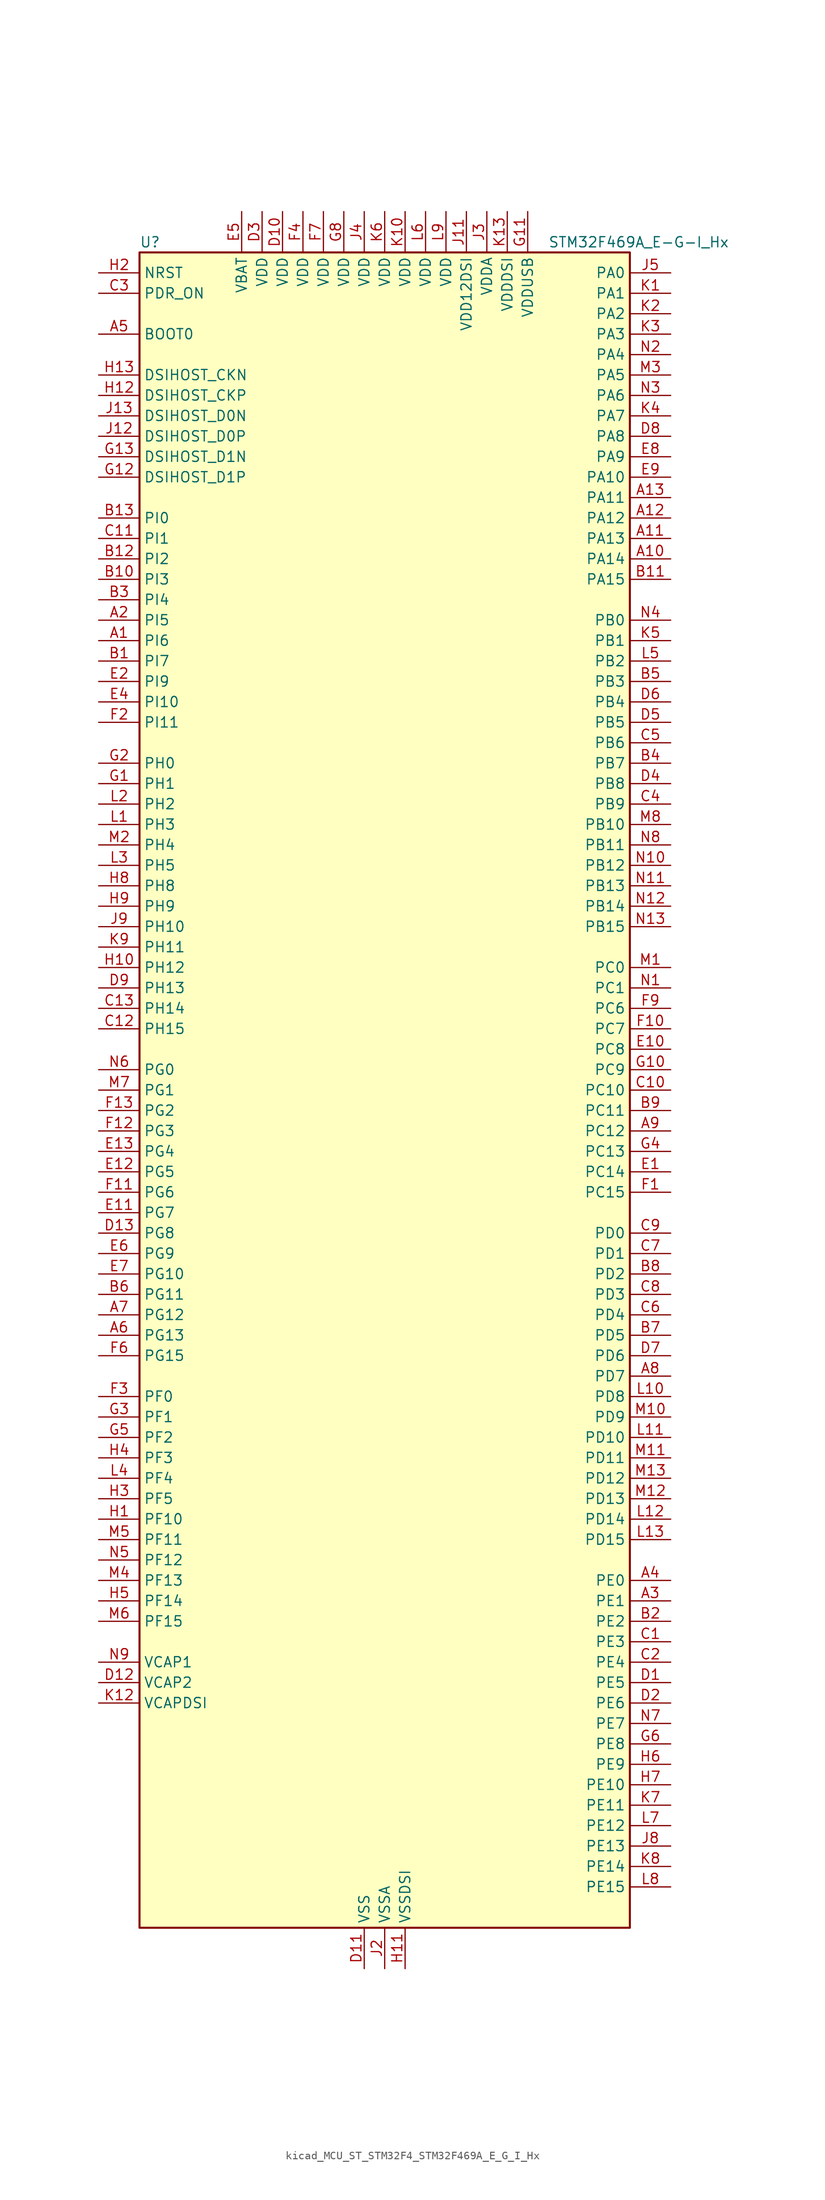
<source format=kicad_sym>
(kicad_symbol_lib
  (version 20220914)
  (generator kicad_symbol_editor)
  (symbol "kicad_MCU_ST_STM32F4_STM32F469A_E_G_I_Hx"
    (property "Reference" "U"
      (at -30.48 105.41 0)
      (effects (font (size 1.27 1.27)) (justify left)))
    (property "Value" "STM32F469A_E-G-I_Hx"
      (at 20.32 105.41 0)
      (effects (font (size 1.27 1.27)) (justify left)))
    (property "ki_locked" ""
      (at 0 0 0)
      (effects (font (size 1.27 1.27))))
    (symbol "kicad_MCU_ST_STM32F4_STM32F469A_E_G_I_Hx_0_1"
      (rectangle (start -30.48 -104.14) (end 30.48 104.14) (stroke (width 0.254) (type default)) (fill (type background))))
    (symbol "kicad_MCU_ST_STM32F4_STM32F469A_E_G_I_Hx_1_1"
      (pin bidirectional line (at -35.56 55.88 0) (length 5.08) (name "PI6" (effects (font (size 1.27 1.27)))) (number "A1" (effects (font (size 1.27 1.27)))) (alternate "DCMI_D6" bidirectional line) (alternate "FMC_D28" bidirectional line) (alternate "LTDC_B6" bidirectional line) (alternate "TIM8_CH2" bidirectional line))
      (pin bidirectional line (at 35.56 66.04 180) (length 5.08) (name "PA14" (effects (font (size 1.27 1.27)))) (number "A10" (effects (font (size 1.27 1.27)))) (alternate "SYS_JTCK-SWCLK" bidirectional line))
      (pin bidirectional line (at 35.56 68.58 180) (length 5.08) (name "PA13" (effects (font (size 1.27 1.27)))) (number "A11" (effects (font (size 1.27 1.27)))) (alternate "SYS_JTMS-SWDIO" bidirectional line))
      (pin bidirectional line (at 35.56 71.12 180) (length 5.08) (name "PA12" (effects (font (size 1.27 1.27)))) (number "A12" (effects (font (size 1.27 1.27)))) (alternate "CAN1_TX" bidirectional line) (alternate "LTDC_R5" bidirectional line) (alternate "TIM1_ETR" bidirectional line) (alternate "USART1_RTS" bidirectional line) (alternate "USB_OTG_FS_DP" bidirectional line))
      (pin bidirectional line (at 35.56 73.66 180) (length 5.08) (name "PA11" (effects (font (size 1.27 1.27)))) (number "A13" (effects (font (size 1.27 1.27)))) (alternate "ADC1_EXTI11" bidirectional line) (alternate "ADC2_EXTI11" bidirectional line) (alternate "ADC3_EXTI11" bidirectional line) (alternate "CAN1_RX" bidirectional line) (alternate "LTDC_R4" bidirectional line) (alternate "TIM1_CH4" bidirectional line) (alternate "USART1_CTS" bidirectional line) (alternate "USB_OTG_FS_DM" bidirectional line))
      (pin bidirectional line (at -35.56 58.42 0) (length 5.08) (name "PI5" (effects (font (size 1.27 1.27)))) (number "A2" (effects (font (size 1.27 1.27)))) (alternate "DCMI_VSYNC" bidirectional line) (alternate "FMC_NBL3" bidirectional line) (alternate "LTDC_B5" bidirectional line) (alternate "TIM8_CH1" bidirectional line))
      (pin bidirectional line (at 35.56 -63.5 180) (length 5.08) (name "PE1" (effects (font (size 1.27 1.27)))) (number "A3" (effects (font (size 1.27 1.27)))) (alternate "DCMI_D3" bidirectional line) (alternate "FMC_NBL1" bidirectional line) (alternate "UART8_TX" bidirectional line))
      (pin bidirectional line (at 35.56 -60.96 180) (length 5.08) (name "PE0" (effects (font (size 1.27 1.27)))) (number "A4" (effects (font (size 1.27 1.27)))) (alternate "DCMI_D2" bidirectional line) (alternate "FMC_NBL0" bidirectional line) (alternate "TIM4_ETR" bidirectional line) (alternate "UART8_RX" bidirectional line))
      (pin input line (at -35.56 93.98 0) (length 5.08) (name "BOOT0" (effects (font (size 1.27 1.27)))) (number "A5" (effects (font (size 1.27 1.27)))))
      (pin bidirectional line (at -35.56 -30.48 0) (length 5.08) (name "PG13" (effects (font (size 1.27 1.27)))) (number "A6" (effects (font (size 1.27 1.27)))) (alternate "FMC_A24" bidirectional line) (alternate "LTDC_R0" bidirectional line) (alternate "SPI6_SCK" bidirectional line) (alternate "SYS_TRACED0" bidirectional line) (alternate "USART6_CTS" bidirectional line))
      (pin bidirectional line (at -35.56 -27.94 0) (length 5.08) (name "PG12" (effects (font (size 1.27 1.27)))) (number "A7" (effects (font (size 1.27 1.27)))) (alternate "FMC_NE4" bidirectional line) (alternate "LTDC_B1" bidirectional line) (alternate "LTDC_B4" bidirectional line) (alternate "SPI6_MISO" bidirectional line) (alternate "USART6_RTS" bidirectional line))
      (pin bidirectional line (at 35.56 -35.56 180) (length 5.08) (name "PD7" (effects (font (size 1.27 1.27)))) (number "A8" (effects (font (size 1.27 1.27)))) (alternate "FMC_NE1" bidirectional line) (alternate "USART2_CK" bidirectional line))
      (pin bidirectional line (at 35.56 -5.08 180) (length 5.08) (name "PC12" (effects (font (size 1.27 1.27)))) (number "A9" (effects (font (size 1.27 1.27)))) (alternate "DCMI_D9" bidirectional line) (alternate "I2S3_SD" bidirectional line) (alternate "SDIO_CK" bidirectional line) (alternate "SPI3_MOSI" bidirectional line) (alternate "SYS_TRACED3" bidirectional line) (alternate "UART5_TX" bidirectional line) (alternate "USART3_CK" bidirectional line))
      (pin bidirectional line (at -35.56 53.34 0) (length 5.08) (name "PI7" (effects (font (size 1.27 1.27)))) (number "B1" (effects (font (size 1.27 1.27)))) (alternate "DCMI_D7" bidirectional line) (alternate "FMC_D29" bidirectional line) (alternate "LTDC_B7" bidirectional line) (alternate "TIM8_CH3" bidirectional line))
      (pin bidirectional line (at -35.56 63.5 0) (length 5.08) (name "PI3" (effects (font (size 1.27 1.27)))) (number "B10" (effects (font (size 1.27 1.27)))) (alternate "DCMI_D10" bidirectional line) (alternate "FMC_D27" bidirectional line) (alternate "I2S2_SD" bidirectional line) (alternate "SPI2_MOSI" bidirectional line) (alternate "TIM8_ETR" bidirectional line))
      (pin bidirectional line (at 35.56 63.5 180) (length 5.08) (name "PA15" (effects (font (size 1.27 1.27)))) (number "B11" (effects (font (size 1.27 1.27)))) (alternate "ADC1_EXTI15" bidirectional line) (alternate "ADC2_EXTI15" bidirectional line) (alternate "ADC3_EXTI15" bidirectional line) (alternate "I2S3_WS" bidirectional line) (alternate "SPI1_NSS" bidirectional line) (alternate "SPI3_NSS" bidirectional line) (alternate "SYS_JTDI" bidirectional line) (alternate "TIM2_CH1" bidirectional line) (alternate "TIM2_ETR" bidirectional line))
      (pin bidirectional line (at -35.56 66.04 0) (length 5.08) (name "PI2" (effects (font (size 1.27 1.27)))) (number "B12" (effects (font (size 1.27 1.27)))) (alternate "DCMI_D9" bidirectional line) (alternate "FMC_D26" bidirectional line) (alternate "I2S2_ext_SD" bidirectional line) (alternate "LTDC_G7" bidirectional line) (alternate "SPI2_MISO" bidirectional line) (alternate "TIM8_CH4" bidirectional line))
      (pin bidirectional line (at -35.56 71.12 0) (length 5.08) (name "PI0" (effects (font (size 1.27 1.27)))) (number "B13" (effects (font (size 1.27 1.27)))) (alternate "DCMI_D13" bidirectional line) (alternate "FMC_D24" bidirectional line) (alternate "I2S2_WS" bidirectional line) (alternate "LTDC_G5" bidirectional line) (alternate "SPI2_NSS" bidirectional line) (alternate "TIM5_CH4" bidirectional line))
      (pin bidirectional line (at 35.56 -66.04 180) (length 5.08) (name "PE2" (effects (font (size 1.27 1.27)))) (number "B2" (effects (font (size 1.27 1.27)))) (alternate "FMC_A23" bidirectional line) (alternate "QUADSPI_BK1_IO2" bidirectional line) (alternate "SAI1_MCLK_A" bidirectional line) (alternate "SPI4_SCK" bidirectional line) (alternate "SYS_TRACECLK" bidirectional line))
      (pin bidirectional line (at -35.56 60.96 0) (length 5.08) (name "PI4" (effects (font (size 1.27 1.27)))) (number "B3" (effects (font (size 1.27 1.27)))) (alternate "DCMI_D5" bidirectional line) (alternate "FMC_NBL2" bidirectional line) (alternate "LTDC_B4" bidirectional line) (alternate "TIM8_BKIN" bidirectional line))
      (pin bidirectional line (at 35.56 40.64 180) (length 5.08) (name "PB7" (effects (font (size 1.27 1.27)))) (number "B4" (effects (font (size 1.27 1.27)))) (alternate "DCMI_VSYNC" bidirectional line) (alternate "FMC_NL" bidirectional line) (alternate "I2C1_SDA" bidirectional line) (alternate "TIM4_CH2" bidirectional line) (alternate "USART1_RX" bidirectional line))
      (pin bidirectional line (at 35.56 50.8 180) (length 5.08) (name "PB3" (effects (font (size 1.27 1.27)))) (number "B5" (effects (font (size 1.27 1.27)))) (alternate "I2S3_CK" bidirectional line) (alternate "SPI1_SCK" bidirectional line) (alternate "SPI3_SCK" bidirectional line) (alternate "SYS_JTDO-SWO" bidirectional line) (alternate "TIM2_CH2" bidirectional line))
      (pin bidirectional line (at -35.56 -25.4 0) (length 5.08) (name "PG11" (effects (font (size 1.27 1.27)))) (number "B6" (effects (font (size 1.27 1.27)))) (alternate "ADC1_EXTI11" bidirectional line) (alternate "ADC2_EXTI11" bidirectional line) (alternate "ADC3_EXTI11" bidirectional line) (alternate "DCMI_D3" bidirectional line) (alternate "LTDC_B3" bidirectional line))
      (pin bidirectional line (at 35.56 -30.48 180) (length 5.08) (name "PD5" (effects (font (size 1.27 1.27)))) (number "B7" (effects (font (size 1.27 1.27)))) (alternate "FMC_NWE" bidirectional line) (alternate "USART2_TX" bidirectional line))
      (pin bidirectional line (at 35.56 -22.86 180) (length 5.08) (name "PD2" (effects (font (size 1.27 1.27)))) (number "B8" (effects (font (size 1.27 1.27)))) (alternate "DCMI_D11" bidirectional line) (alternate "SDIO_CMD" bidirectional line) (alternate "SYS_TRACED2" bidirectional line) (alternate "TIM3_ETR" bidirectional line) (alternate "UART5_RX" bidirectional line))
      (pin bidirectional line (at 35.56 -2.54 180) (length 5.08) (name "PC11" (effects (font (size 1.27 1.27)))) (number "B9" (effects (font (size 1.27 1.27)))) (alternate "ADC1_EXTI11" bidirectional line) (alternate "ADC2_EXTI11" bidirectional line) (alternate "ADC3_EXTI11" bidirectional line) (alternate "DCMI_D4" bidirectional line) (alternate "I2S3_ext_SD" bidirectional line) (alternate "QUADSPI_BK2_NCS" bidirectional line) (alternate "SDIO_D3" bidirectional line) (alternate "SPI3_MISO" bidirectional line) (alternate "UART4_RX" bidirectional line) (alternate "USART3_RX" bidirectional line))
      (pin bidirectional line (at 35.56 -68.58 180) (length 5.08) (name "PE3" (effects (font (size 1.27 1.27)))) (number "C1" (effects (font (size 1.27 1.27)))) (alternate "FMC_A19" bidirectional line) (alternate "SAI1_SD_B" bidirectional line) (alternate "SYS_TRACED0" bidirectional line))
      (pin bidirectional line (at 35.56 0 180) (length 5.08) (name "PC10" (effects (font (size 1.27 1.27)))) (number "C10" (effects (font (size 1.27 1.27)))) (alternate "DCMI_D8" bidirectional line) (alternate "I2S3_CK" bidirectional line) (alternate "LTDC_R2" bidirectional line) (alternate "QUADSPI_BK1_IO1" bidirectional line) (alternate "SDIO_D2" bidirectional line) (alternate "SPI3_SCK" bidirectional line) (alternate "UART4_TX" bidirectional line) (alternate "USART3_TX" bidirectional line))
      (pin bidirectional line (at -35.56 68.58 0) (length 5.08) (name "PI1" (effects (font (size 1.27 1.27)))) (number "C11" (effects (font (size 1.27 1.27)))) (alternate "DCMI_D8" bidirectional line) (alternate "FMC_D25" bidirectional line) (alternate "I2S2_CK" bidirectional line) (alternate "LTDC_G6" bidirectional line) (alternate "SPI2_SCK" bidirectional line))
      (pin bidirectional line (at -35.56 7.62 0) (length 5.08) (name "PH15" (effects (font (size 1.27 1.27)))) (number "C12" (effects (font (size 1.27 1.27)))) (alternate "ADC1_EXTI15" bidirectional line) (alternate "ADC2_EXTI15" bidirectional line) (alternate "ADC3_EXTI15" bidirectional line) (alternate "DCMI_D11" bidirectional line) (alternate "FMC_D23" bidirectional line) (alternate "LTDC_G4" bidirectional line) (alternate "TIM8_CH3N" bidirectional line))
      (pin bidirectional line (at -35.56 10.16 0) (length 5.08) (name "PH14" (effects (font (size 1.27 1.27)))) (number "C13" (effects (font (size 1.27 1.27)))) (alternate "DCMI_D4" bidirectional line) (alternate "FMC_D22" bidirectional line) (alternate "LTDC_G3" bidirectional line) (alternate "TIM8_CH2N" bidirectional line))
      (pin bidirectional line (at 35.56 -71.12 180) (length 5.08) (name "PE4" (effects (font (size 1.27 1.27)))) (number "C2" (effects (font (size 1.27 1.27)))) (alternate "DCMI_D4" bidirectional line) (alternate "FMC_A20" bidirectional line) (alternate "LTDC_B0" bidirectional line) (alternate "SAI1_FS_A" bidirectional line) (alternate "SPI4_NSS" bidirectional line) (alternate "SYS_TRACED1" bidirectional line))
      (pin input line (at -35.56 99.06 0) (length 5.08) (name "PDR_ON" (effects (font (size 1.27 1.27)))) (number "C3" (effects (font (size 1.27 1.27)))))
      (pin bidirectional line (at 35.56 35.56 180) (length 5.08) (name "PB9" (effects (font (size 1.27 1.27)))) (number "C4" (effects (font (size 1.27 1.27)))) (alternate "CAN1_TX" bidirectional line) (alternate "DAC_EXTI9" bidirectional line) (alternate "DCMI_D7" bidirectional line) (alternate "I2C1_SDA" bidirectional line) (alternate "I2S2_WS" bidirectional line) (alternate "LTDC_B7" bidirectional line) (alternate "SDIO_D5" bidirectional line) (alternate "SPI2_NSS" bidirectional line) (alternate "TIM11_CH1" bidirectional line) (alternate "TIM4_CH4" bidirectional line))
      (pin bidirectional line (at 35.56 43.18 180) (length 5.08) (name "PB6" (effects (font (size 1.27 1.27)))) (number "C5" (effects (font (size 1.27 1.27)))) (alternate "CAN2_TX" bidirectional line) (alternate "DCMI_D5" bidirectional line) (alternate "FMC_SDNE1" bidirectional line) (alternate "I2C1_SCL" bidirectional line) (alternate "QUADSPI_BK1_NCS" bidirectional line) (alternate "TIM4_CH1" bidirectional line) (alternate "USART1_TX" bidirectional line))
      (pin bidirectional line (at 35.56 -27.94 180) (length 5.08) (name "PD4" (effects (font (size 1.27 1.27)))) (number "C6" (effects (font (size 1.27 1.27)))) (alternate "FMC_NOE" bidirectional line) (alternate "USART2_RTS" bidirectional line))
      (pin bidirectional line (at 35.56 -20.32 180) (length 5.08) (name "PD1" (effects (font (size 1.27 1.27)))) (number "C7" (effects (font (size 1.27 1.27)))) (alternate "CAN1_TX" bidirectional line) (alternate "FMC_D3" bidirectional line) (alternate "FMC_DA3" bidirectional line))
      (pin bidirectional line (at 35.56 -25.4 180) (length 5.08) (name "PD3" (effects (font (size 1.27 1.27)))) (number "C8" (effects (font (size 1.27 1.27)))) (alternate "DCMI_D5" bidirectional line) (alternate "FMC_CLK" bidirectional line) (alternate "I2S2_CK" bidirectional line) (alternate "LTDC_G7" bidirectional line) (alternate "SPI2_SCK" bidirectional line) (alternate "USART2_CTS" bidirectional line))
      (pin bidirectional line (at 35.56 -17.78 180) (length 5.08) (name "PD0" (effects (font (size 1.27 1.27)))) (number "C9" (effects (font (size 1.27 1.27)))) (alternate "CAN1_RX" bidirectional line) (alternate "FMC_D2" bidirectional line) (alternate "FMC_DA2" bidirectional line))
      (pin bidirectional line (at 35.56 -73.66 180) (length 5.08) (name "PE5" (effects (font (size 1.27 1.27)))) (number "D1" (effects (font (size 1.27 1.27)))) (alternate "DCMI_D6" bidirectional line) (alternate "FMC_A21" bidirectional line) (alternate "LTDC_G0" bidirectional line) (alternate "SAI1_SCK_A" bidirectional line) (alternate "SPI4_MISO" bidirectional line) (alternate "SYS_TRACED2" bidirectional line) (alternate "TIM9_CH1" bidirectional line))
      (pin power_in line (at -12.7 109.22 270) (length 5.08) (name "VDD" (effects (font (size 1.27 1.27)))) (number "D10" (effects (font (size 1.27 1.27)))))
      (pin power_in line (at -2.54 -109.22 90) (length 5.08) (name "VSS" (effects (font (size 1.27 1.27)))) (number "D11" (effects (font (size 1.27 1.27)))))
      (pin power_out line (at -35.56 -73.66 0) (length 5.08) (name "VCAP2" (effects (font (size 1.27 1.27)))) (number "D12" (effects (font (size 1.27 1.27)))))
      (pin bidirectional line (at -35.56 -17.78 0) (length 5.08) (name "PG8" (effects (font (size 1.27 1.27)))) (number "D13" (effects (font (size 1.27 1.27)))) (alternate "FMC_SDCLK" bidirectional line) (alternate "LTDC_G7" bidirectional line) (alternate "SPI6_NSS" bidirectional line) (alternate "USART6_RTS" bidirectional line))
      (pin bidirectional line (at 35.56 -76.2 180) (length 5.08) (name "PE6" (effects (font (size 1.27 1.27)))) (number "D2" (effects (font (size 1.27 1.27)))) (alternate "DCMI_D7" bidirectional line) (alternate "FMC_A22" bidirectional line) (alternate "LTDC_G1" bidirectional line) (alternate "SAI1_SD_A" bidirectional line) (alternate "SPI4_MOSI" bidirectional line) (alternate "SYS_TRACED3" bidirectional line) (alternate "TIM9_CH2" bidirectional line))
      (pin power_in line (at -15.24 109.22 270) (length 5.08) (name "VDD" (effects (font (size 1.27 1.27)))) (number "D3" (effects (font (size 1.27 1.27)))))
      (pin bidirectional line (at 35.56 38.1 180) (length 5.08) (name "PB8" (effects (font (size 1.27 1.27)))) (number "D4" (effects (font (size 1.27 1.27)))) (alternate "CAN1_RX" bidirectional line) (alternate "DCMI_D6" bidirectional line) (alternate "I2C1_SCL" bidirectional line) (alternate "LTDC_B6" bidirectional line) (alternate "SDIO_D4" bidirectional line) (alternate "TIM10_CH1" bidirectional line) (alternate "TIM4_CH3" bidirectional line))
      (pin bidirectional line (at 35.56 45.72 180) (length 5.08) (name "PB5" (effects (font (size 1.27 1.27)))) (number "D5" (effects (font (size 1.27 1.27)))) (alternate "CAN2_RX" bidirectional line) (alternate "DCMI_D10" bidirectional line) (alternate "FMC_SDCKE1" bidirectional line) (alternate "I2C1_SMBA" bidirectional line) (alternate "I2S3_SD" bidirectional line) (alternate "LTDC_G7" bidirectional line) (alternate "SPI1_MOSI" bidirectional line) (alternate "SPI3_MOSI" bidirectional line) (alternate "TIM3_CH2" bidirectional line) (alternate "USB_OTG_HS_ULPI_D7" bidirectional line))
      (pin bidirectional line (at 35.56 48.26 180) (length 5.08) (name "PB4" (effects (font (size 1.27 1.27)))) (number "D6" (effects (font (size 1.27 1.27)))) (alternate "I2S3_ext_SD" bidirectional line) (alternate "SPI1_MISO" bidirectional line) (alternate "SPI3_MISO" bidirectional line) (alternate "SYS_JTRST" bidirectional line) (alternate "TIM3_CH1" bidirectional line))
      (pin bidirectional line (at 35.56 -33.02 180) (length 5.08) (name "PD6" (effects (font (size 1.27 1.27)))) (number "D7" (effects (font (size 1.27 1.27)))) (alternate "DCMI_D10" bidirectional line) (alternate "FMC_NWAIT" bidirectional line) (alternate "I2S3_SD" bidirectional line) (alternate "LTDC_B2" bidirectional line) (alternate "SAI1_SD_A" bidirectional line) (alternate "SPI3_MOSI" bidirectional line) (alternate "USART2_RX" bidirectional line))
      (pin bidirectional line (at 35.56 81.28 180) (length 5.08) (name "PA8" (effects (font (size 1.27 1.27)))) (number "D8" (effects (font (size 1.27 1.27)))) (alternate "I2C3_SCL" bidirectional line) (alternate "LTDC_R6" bidirectional line) (alternate "RCC_MCO_1" bidirectional line) (alternate "TIM1_CH1" bidirectional line) (alternate "USART1_CK" bidirectional line) (alternate "USB_OTG_FS_SOF" bidirectional line))
      (pin bidirectional line (at -35.56 12.7 0) (length 5.08) (name "PH13" (effects (font (size 1.27 1.27)))) (number "D9" (effects (font (size 1.27 1.27)))) (alternate "CAN1_TX" bidirectional line) (alternate "FMC_D21" bidirectional line) (alternate "LTDC_G2" bidirectional line) (alternate "TIM8_CH1N" bidirectional line))
      (pin bidirectional line (at 35.56 -10.16 180) (length 5.08) (name "PC14" (effects (font (size 1.27 1.27)))) (number "E1" (effects (font (size 1.27 1.27)))) (alternate "RCC_OSC32_IN" bidirectional line))
      (pin bidirectional line (at 35.56 5.08 180) (length 5.08) (name "PC8" (effects (font (size 1.27 1.27)))) (number "E10" (effects (font (size 1.27 1.27)))) (alternate "DCMI_D2" bidirectional line) (alternate "SDIO_D0" bidirectional line) (alternate "SYS_TRACED1" bidirectional line) (alternate "TIM3_CH3" bidirectional line) (alternate "TIM8_CH3" bidirectional line) (alternate "USART6_CK" bidirectional line))
      (pin bidirectional line (at -35.56 -15.24 0) (length 5.08) (name "PG7" (effects (font (size 1.27 1.27)))) (number "E11" (effects (font (size 1.27 1.27)))) (alternate "DCMI_D13" bidirectional line) (alternate "FMC_INT" bidirectional line) (alternate "LTDC_CLK" bidirectional line) (alternate "SAI1_MCLK_A" bidirectional line) (alternate "USART6_CK" bidirectional line))
      (pin bidirectional line (at -35.56 -10.16 0) (length 5.08) (name "PG5" (effects (font (size 1.27 1.27)))) (number "E12" (effects (font (size 1.27 1.27)))) (alternate "FMC_A15" bidirectional line) (alternate "FMC_BA1" bidirectional line))
      (pin bidirectional line (at -35.56 -7.62 0) (length 5.08) (name "PG4" (effects (font (size 1.27 1.27)))) (number "E13" (effects (font (size 1.27 1.27)))) (alternate "FMC_A14" bidirectional line) (alternate "FMC_BA0" bidirectional line))
      (pin bidirectional line (at -35.56 50.8 0) (length 5.08) (name "PI9" (effects (font (size 1.27 1.27)))) (number "E2" (effects (font (size 1.27 1.27)))) (alternate "CAN1_RX" bidirectional line) (alternate "DAC_EXTI9" bidirectional line) (alternate "FMC_D30" bidirectional line) (alternate "LTDC_VSYNC" bidirectional line))
      (pin passive line (at -2.54 -109.22 90) (length 5.08) hide (name "VSS" (effects (font (size 1.27 1.27)))) (number "E3" (effects (font (size 1.27 1.27)))))
      (pin bidirectional line (at -35.56 48.26 0) (length 5.08) (name "PI10" (effects (font (size 1.27 1.27)))) (number "E4" (effects (font (size 1.27 1.27)))) (alternate "FMC_D31" bidirectional line) (alternate "LTDC_HSYNC" bidirectional line))
      (pin power_in line (at -17.78 109.22 270) (length 5.08) (name "VBAT" (effects (font (size 1.27 1.27)))) (number "E5" (effects (font (size 1.27 1.27)))))
      (pin bidirectional line (at -35.56 -20.32 0) (length 5.08) (name "PG9" (effects (font (size 1.27 1.27)))) (number "E6" (effects (font (size 1.27 1.27)))) (alternate "DAC_EXTI9" bidirectional line) (alternate "DCMI_VSYNC" bidirectional line) (alternate "FMC_NCE" bidirectional line) (alternate "FMC_NE2" bidirectional line) (alternate "QUADSPI_BK2_IO2" bidirectional line) (alternate "USART6_RX" bidirectional line))
      (pin bidirectional line (at -35.56 -22.86 0) (length 5.08) (name "PG10" (effects (font (size 1.27 1.27)))) (number "E7" (effects (font (size 1.27 1.27)))) (alternate "DCMI_D2" bidirectional line) (alternate "FMC_NE3" bidirectional line) (alternate "LTDC_B2" bidirectional line) (alternate "LTDC_G3" bidirectional line))
      (pin bidirectional line (at 35.56 78.74 180) (length 5.08) (name "PA9" (effects (font (size 1.27 1.27)))) (number "E8" (effects (font (size 1.27 1.27)))) (alternate "DAC_EXTI9" bidirectional line) (alternate "DCMI_D0" bidirectional line) (alternate "I2C3_SMBA" bidirectional line) (alternate "I2S2_CK" bidirectional line) (alternate "SPI2_SCK" bidirectional line) (alternate "TIM1_CH2" bidirectional line) (alternate "USART1_TX" bidirectional line) (alternate "USB_OTG_FS_VBUS" bidirectional line))
      (pin bidirectional line (at 35.56 76.2 180) (length 5.08) (name "PA10" (effects (font (size 1.27 1.27)))) (number "E9" (effects (font (size 1.27 1.27)))) (alternate "DCMI_D1" bidirectional line) (alternate "TIM1_CH3" bidirectional line) (alternate "USART1_RX" bidirectional line) (alternate "USB_OTG_FS_ID" bidirectional line))
      (pin bidirectional line (at 35.56 -12.7 180) (length 5.08) (name "PC15" (effects (font (size 1.27 1.27)))) (number "F1" (effects (font (size 1.27 1.27)))) (alternate "ADC1_EXTI15" bidirectional line) (alternate "ADC2_EXTI15" bidirectional line) (alternate "ADC3_EXTI15" bidirectional line) (alternate "RCC_OSC32_OUT" bidirectional line))
      (pin bidirectional line (at 35.56 7.62 180) (length 5.08) (name "PC7" (effects (font (size 1.27 1.27)))) (number "F10" (effects (font (size 1.27 1.27)))) (alternate "DCMI_D1" bidirectional line) (alternate "I2S3_MCK" bidirectional line) (alternate "LTDC_G6" bidirectional line) (alternate "SDIO_D7" bidirectional line) (alternate "TIM3_CH2" bidirectional line) (alternate "TIM8_CH2" bidirectional line) (alternate "USART6_RX" bidirectional line))
      (pin bidirectional line (at -35.56 -12.7 0) (length 5.08) (name "PG6" (effects (font (size 1.27 1.27)))) (number "F11" (effects (font (size 1.27 1.27)))) (alternate "DCMI_D12" bidirectional line) (alternate "LTDC_R7" bidirectional line))
      (pin bidirectional line (at -35.56 -5.08 0) (length 5.08) (name "PG3" (effects (font (size 1.27 1.27)))) (number "F12" (effects (font (size 1.27 1.27)))) (alternate "FMC_A13" bidirectional line))
      (pin bidirectional line (at -35.56 -2.54 0) (length 5.08) (name "PG2" (effects (font (size 1.27 1.27)))) (number "F13" (effects (font (size 1.27 1.27)))) (alternate "FMC_A12" bidirectional line))
      (pin bidirectional line (at -35.56 45.72 0) (length 5.08) (name "PI11" (effects (font (size 1.27 1.27)))) (number "F2" (effects (font (size 1.27 1.27)))) (alternate "ADC1_EXTI11" bidirectional line) (alternate "ADC2_EXTI11" bidirectional line) (alternate "ADC3_EXTI11" bidirectional line) (alternate "LTDC_G6" bidirectional line) (alternate "USB_OTG_HS_ULPI_DIR" bidirectional line))
      (pin bidirectional line (at -35.56 -38.1 0) (length 5.08) (name "PF0" (effects (font (size 1.27 1.27)))) (number "F3" (effects (font (size 1.27 1.27)))) (alternate "FMC_A0" bidirectional line) (alternate "I2C2_SDA" bidirectional line))
      (pin power_in line (at -10.16 109.22 270) (length 5.08) (name "VDD" (effects (font (size 1.27 1.27)))) (number "F4" (effects (font (size 1.27 1.27)))))
      (pin passive line (at -2.54 -109.22 90) (length 5.08) hide (name "VSS" (effects (font (size 1.27 1.27)))) (number "F5" (effects (font (size 1.27 1.27)))))
      (pin bidirectional line (at -35.56 -33.02 0) (length 5.08) (name "PG15" (effects (font (size 1.27 1.27)))) (number "F6" (effects (font (size 1.27 1.27)))) (alternate "ADC1_EXTI15" bidirectional line) (alternate "ADC2_EXTI15" bidirectional line) (alternate "ADC3_EXTI15" bidirectional line) (alternate "DCMI_D13" bidirectional line) (alternate "FMC_SDNCAS" bidirectional line) (alternate "USART6_CTS" bidirectional line))
      (pin power_in line (at -7.62 109.22 270) (length 5.08) (name "VDD" (effects (font (size 1.27 1.27)))) (number "F7" (effects (font (size 1.27 1.27)))))
      (pin passive line (at -2.54 -109.22 90) (length 5.08) hide (name "VSS" (effects (font (size 1.27 1.27)))) (number "F8" (effects (font (size 1.27 1.27)))))
      (pin bidirectional line (at 35.56 10.16 180) (length 5.08) (name "PC6" (effects (font (size 1.27 1.27)))) (number "F9" (effects (font (size 1.27 1.27)))) (alternate "DCMI_D0" bidirectional line) (alternate "I2S2_MCK" bidirectional line) (alternate "LTDC_HSYNC" bidirectional line) (alternate "SDIO_D6" bidirectional line) (alternate "TIM3_CH1" bidirectional line) (alternate "TIM8_CH1" bidirectional line) (alternate "USART6_TX" bidirectional line))
      (pin bidirectional line (at -35.56 38.1 0) (length 5.08) (name "PH1" (effects (font (size 1.27 1.27)))) (number "G1" (effects (font (size 1.27 1.27)))) (alternate "RCC_OSC_OUT" bidirectional line))
      (pin bidirectional line (at 35.56 2.54 180) (length 5.08) (name "PC9" (effects (font (size 1.27 1.27)))) (number "G10" (effects (font (size 1.27 1.27)))) (alternate "DAC_EXTI9" bidirectional line) (alternate "DCMI_D3" bidirectional line) (alternate "I2C3_SDA" bidirectional line) (alternate "I2S_CKIN" bidirectional line) (alternate "QUADSPI_BK1_IO0" bidirectional line) (alternate "RCC_MCO_2" bidirectional line) (alternate "SDIO_D1" bidirectional line) (alternate "TIM3_CH4" bidirectional line) (alternate "TIM8_CH4" bidirectional line))
      (pin power_in line (at 17.78 109.22 270) (length 5.08) (name "VDDUSB" (effects (font (size 1.27 1.27)))) (number "G11" (effects (font (size 1.27 1.27)))))
      (pin bidirectional line (at -35.56 76.2 0) (length 5.08) (name "DSIHOST_D1P" (effects (font (size 1.27 1.27)))) (number "G12" (effects (font (size 1.27 1.27)))) (alternate "DSIHOST_D1P" bidirectional line))
      (pin bidirectional line (at -35.56 78.74 0) (length 5.08) (name "DSIHOST_D1N" (effects (font (size 1.27 1.27)))) (number "G13" (effects (font (size 1.27 1.27)))) (alternate "DSIHOST_D1N" bidirectional line))
      (pin bidirectional line (at -35.56 40.64 0) (length 5.08) (name "PH0" (effects (font (size 1.27 1.27)))) (number "G2" (effects (font (size 1.27 1.27)))) (alternate "RCC_OSC_IN" bidirectional line))
      (pin bidirectional line (at -35.56 -40.64 0) (length 5.08) (name "PF1" (effects (font (size 1.27 1.27)))) (number "G3" (effects (font (size 1.27 1.27)))) (alternate "FMC_A1" bidirectional line) (alternate "I2C2_SCL" bidirectional line))
      (pin bidirectional line (at 35.56 -7.62 180) (length 5.08) (name "PC13" (effects (font (size 1.27 1.27)))) (number "G4" (effects (font (size 1.27 1.27)))) (alternate "RTC_AF1" bidirectional line))
      (pin bidirectional line (at -35.56 -43.18 0) (length 5.08) (name "PF2" (effects (font (size 1.27 1.27)))) (number "G5" (effects (font (size 1.27 1.27)))) (alternate "FMC_A2" bidirectional line) (alternate "I2C2_SMBA" bidirectional line))
      (pin bidirectional line (at 35.56 -81.28 180) (length 5.08) (name "PE8" (effects (font (size 1.27 1.27)))) (number "G6" (effects (font (size 1.27 1.27)))) (alternate "FMC_D5" bidirectional line) (alternate "FMC_DA5" bidirectional line) (alternate "QUADSPI_BK2_IO1" bidirectional line) (alternate "TIM1_CH1N" bidirectional line) (alternate "UART7_TX" bidirectional line))
      (pin passive line (at -2.54 -109.22 90) (length 5.08) hide (name "VSS" (effects (font (size 1.27 1.27)))) (number "G7" (effects (font (size 1.27 1.27)))))
      (pin power_in line (at -5.08 109.22 270) (length 5.08) (name "VDD" (effects (font (size 1.27 1.27)))) (number "G8" (effects (font (size 1.27 1.27)))))
      (pin passive line (at -2.54 -109.22 90) (length 5.08) hide (name "VSS" (effects (font (size 1.27 1.27)))) (number "G9" (effects (font (size 1.27 1.27)))))
      (pin bidirectional line (at -35.56 -53.34 0) (length 5.08) (name "PF10" (effects (font (size 1.27 1.27)))) (number "H1" (effects (font (size 1.27 1.27)))) (alternate "ADC3_IN8" bidirectional line) (alternate "DCMI_D11" bidirectional line) (alternate "LTDC_DE" bidirectional line) (alternate "QUADSPI_CLK" bidirectional line))
      (pin bidirectional line (at -35.56 15.24 0) (length 5.08) (name "PH12" (effects (font (size 1.27 1.27)))) (number "H10" (effects (font (size 1.27 1.27)))) (alternate "DCMI_D3" bidirectional line) (alternate "FMC_D20" bidirectional line) (alternate "LTDC_R6" bidirectional line) (alternate "TIM5_CH3" bidirectional line))
      (pin power_in line (at 2.54 -109.22 90) (length 5.08) (name "VSSDSI" (effects (font (size 1.27 1.27)))) (number "H11" (effects (font (size 1.27 1.27)))))
      (pin bidirectional line (at -35.56 86.36 0) (length 5.08) (name "DSIHOST_CKP" (effects (font (size 1.27 1.27)))) (number "H12" (effects (font (size 1.27 1.27)))) (alternate "DSIHOST_CKP" bidirectional line))
      (pin bidirectional line (at -35.56 88.9 0) (length 5.08) (name "DSIHOST_CKN" (effects (font (size 1.27 1.27)))) (number "H13" (effects (font (size 1.27 1.27)))) (alternate "DSIHOST_CKN" bidirectional line))
      (pin input line (at -35.56 101.6 0) (length 5.08) (name "NRST" (effects (font (size 1.27 1.27)))) (number "H2" (effects (font (size 1.27 1.27)))))
      (pin bidirectional line (at -35.56 -50.8 0) (length 5.08) (name "PF5" (effects (font (size 1.27 1.27)))) (number "H3" (effects (font (size 1.27 1.27)))) (alternate "ADC3_IN15" bidirectional line) (alternate "FMC_A5" bidirectional line))
      (pin bidirectional line (at -35.56 -45.72 0) (length 5.08) (name "PF3" (effects (font (size 1.27 1.27)))) (number "H4" (effects (font (size 1.27 1.27)))) (alternate "ADC3_IN9" bidirectional line) (alternate "FMC_A3" bidirectional line))
      (pin bidirectional line (at -35.56 -63.5 0) (length 5.08) (name "PF14" (effects (font (size 1.27 1.27)))) (number "H5" (effects (font (size 1.27 1.27)))) (alternate "FMC_A8" bidirectional line))
      (pin bidirectional line (at 35.56 -83.82 180) (length 5.08) (name "PE9" (effects (font (size 1.27 1.27)))) (number "H6" (effects (font (size 1.27 1.27)))) (alternate "DAC_EXTI9" bidirectional line) (alternate "FMC_D6" bidirectional line) (alternate "FMC_DA6" bidirectional line) (alternate "QUADSPI_BK2_IO2" bidirectional line) (alternate "TIM1_CH1" bidirectional line))
      (pin bidirectional line (at 35.56 -86.36 180) (length 5.08) (name "PE10" (effects (font (size 1.27 1.27)))) (number "H7" (effects (font (size 1.27 1.27)))) (alternate "FMC_D7" bidirectional line) (alternate "FMC_DA7" bidirectional line) (alternate "QUADSPI_BK2_IO3" bidirectional line) (alternate "TIM1_CH2N" bidirectional line))
      (pin bidirectional line (at -35.56 25.4 0) (length 5.08) (name "PH8" (effects (font (size 1.27 1.27)))) (number "H8" (effects (font (size 1.27 1.27)))) (alternate "DCMI_HSYNC" bidirectional line) (alternate "FMC_D16" bidirectional line) (alternate "I2C3_SDA" bidirectional line) (alternate "LTDC_R2" bidirectional line))
      (pin bidirectional line (at -35.56 22.86 0) (length 5.08) (name "PH9" (effects (font (size 1.27 1.27)))) (number "H9" (effects (font (size 1.27 1.27)))) (alternate "DAC_EXTI9" bidirectional line) (alternate "DCMI_D0" bidirectional line) (alternate "FMC_D17" bidirectional line) (alternate "I2C3_SMBA" bidirectional line) (alternate "LTDC_R3" bidirectional line) (alternate "TIM12_CH2" bidirectional line))
      (pin passive line (at -2.54 -109.22 90) (length 5.08) hide (name "VSS" (effects (font (size 1.27 1.27)))) (number "J1" (effects (font (size 1.27 1.27)))))
      (pin passive line (at -2.54 -109.22 90) (length 5.08) hide (name "VSS" (effects (font (size 1.27 1.27)))) (number "J10" (effects (font (size 1.27 1.27)))))
      (pin power_in line (at 10.16 109.22 270) (length 5.08) (name "VDD12DSI" (effects (font (size 1.27 1.27)))) (number "J11" (effects (font (size 1.27 1.27)))))
      (pin bidirectional line (at -35.56 81.28 0) (length 5.08) (name "DSIHOST_D0P" (effects (font (size 1.27 1.27)))) (number "J12" (effects (font (size 1.27 1.27)))) (alternate "DSIHOST_D0P" bidirectional line))
      (pin bidirectional line (at -35.56 83.82 0) (length 5.08) (name "DSIHOST_D0N" (effects (font (size 1.27 1.27)))) (number "J13" (effects (font (size 1.27 1.27)))) (alternate "DSIHOST_D0N" bidirectional line))
      (pin power_in line (at 0 -109.22 90) (length 5.08) (name "VSSA" (effects (font (size 1.27 1.27)))) (number "J2" (effects (font (size 1.27 1.27)))))
      (pin power_in line (at 12.7 109.22 270) (length 5.08) (name "VDDA" (effects (font (size 1.27 1.27)))) (number "J3" (effects (font (size 1.27 1.27)))))
      (pin power_in line (at -2.54 109.22 270) (length 5.08) (name "VDD" (effects (font (size 1.27 1.27)))) (number "J4" (effects (font (size 1.27 1.27)))))
      (pin bidirectional line (at 35.56 101.6 180) (length 5.08) (name "PA0" (effects (font (size 1.27 1.27)))) (number "J5" (effects (font (size 1.27 1.27)))) (alternate "ADC1_IN0" bidirectional line) (alternate "ADC2_IN0" bidirectional line) (alternate "ADC3_IN0" bidirectional line) (alternate "SYS_WKUP" bidirectional line) (alternate "TIM2_CH1" bidirectional line) (alternate "TIM2_ETR" bidirectional line) (alternate "TIM5_CH1" bidirectional line) (alternate "TIM8_ETR" bidirectional line) (alternate "UART4_TX" bidirectional line) (alternate "USART2_CTS" bidirectional line))
      (pin passive line (at -2.54 -109.22 90) (length 5.08) hide (name "VSS" (effects (font (size 1.27 1.27)))) (number "J6" (effects (font (size 1.27 1.27)))))
      (pin passive line (at -2.54 -109.22 90) (length 5.08) hide (name "VSS" (effects (font (size 1.27 1.27)))) (number "J7" (effects (font (size 1.27 1.27)))))
      (pin bidirectional line (at 35.56 -93.98 180) (length 5.08) (name "PE13" (effects (font (size 1.27 1.27)))) (number "J8" (effects (font (size 1.27 1.27)))) (alternate "FMC_D10" bidirectional line) (alternate "FMC_DA10" bidirectional line) (alternate "LTDC_DE" bidirectional line) (alternate "SPI4_MISO" bidirectional line) (alternate "TIM1_CH3" bidirectional line))
      (pin bidirectional line (at -35.56 20.32 0) (length 5.08) (name "PH10" (effects (font (size 1.27 1.27)))) (number "J9" (effects (font (size 1.27 1.27)))) (alternate "DCMI_D1" bidirectional line) (alternate "FMC_D18" bidirectional line) (alternate "LTDC_R4" bidirectional line) (alternate "TIM5_CH1" bidirectional line))
      (pin bidirectional line (at 35.56 99.06 180) (length 5.08) (name "PA1" (effects (font (size 1.27 1.27)))) (number "K1" (effects (font (size 1.27 1.27)))) (alternate "ADC1_IN1" bidirectional line) (alternate "ADC2_IN1" bidirectional line) (alternate "ADC3_IN1" bidirectional line) (alternate "LTDC_R2" bidirectional line) (alternate "QUADSPI_BK1_IO3" bidirectional line) (alternate "TIM2_CH2" bidirectional line) (alternate "TIM5_CH2" bidirectional line) (alternate "UART4_RX" bidirectional line) (alternate "USART2_RTS" bidirectional line))
      (pin power_in line (at 2.54 109.22 270) (length 5.08) (name "VDD" (effects (font (size 1.27 1.27)))) (number "K10" (effects (font (size 1.27 1.27)))))
      (pin passive line (at 2.54 -109.22 90) (length 5.08) hide (name "VSSDSI" (effects (font (size 1.27 1.27)))) (number "K11" (effects (font (size 1.27 1.27)))))
      (pin power_out line (at -35.56 -76.2 0) (length 5.08) (name "VCAPDSI" (effects (font (size 1.27 1.27)))) (number "K12" (effects (font (size 1.27 1.27)))))
      (pin power_in line (at 15.24 109.22 270) (length 5.08) (name "VDDDSI" (effects (font (size 1.27 1.27)))) (number "K13" (effects (font (size 1.27 1.27)))))
      (pin bidirectional line (at 35.56 96.52 180) (length 5.08) (name "PA2" (effects (font (size 1.27 1.27)))) (number "K2" (effects (font (size 1.27 1.27)))) (alternate "ADC1_IN2" bidirectional line) (alternate "ADC2_IN2" bidirectional line) (alternate "ADC3_IN2" bidirectional line) (alternate "LTDC_R1" bidirectional line) (alternate "TIM2_CH3" bidirectional line) (alternate "TIM5_CH3" bidirectional line) (alternate "TIM9_CH1" bidirectional line) (alternate "USART2_TX" bidirectional line))
      (pin bidirectional line (at 35.56 93.98 180) (length 5.08) (name "PA3" (effects (font (size 1.27 1.27)))) (number "K3" (effects (font (size 1.27 1.27)))) (alternate "ADC1_IN3" bidirectional line) (alternate "ADC2_IN3" bidirectional line) (alternate "ADC3_IN3" bidirectional line) (alternate "LTDC_B2" bidirectional line) (alternate "LTDC_B5" bidirectional line) (alternate "TIM2_CH4" bidirectional line) (alternate "TIM5_CH4" bidirectional line) (alternate "TIM9_CH2" bidirectional line) (alternate "USART2_RX" bidirectional line) (alternate "USB_OTG_HS_ULPI_D0" bidirectional line))
      (pin bidirectional line (at 35.56 83.82 180) (length 5.08) (name "PA7" (effects (font (size 1.27 1.27)))) (number "K4" (effects (font (size 1.27 1.27)))) (alternate "ADC1_IN7" bidirectional line) (alternate "ADC2_IN7" bidirectional line) (alternate "FMC_SDNWE" bidirectional line) (alternate "QUADSPI_CLK" bidirectional line) (alternate "SPI1_MOSI" bidirectional line) (alternate "TIM14_CH1" bidirectional line) (alternate "TIM1_CH1N" bidirectional line) (alternate "TIM3_CH2" bidirectional line) (alternate "TIM8_CH1N" bidirectional line))
      (pin bidirectional line (at 35.56 55.88 180) (length 5.08) (name "PB1" (effects (font (size 1.27 1.27)))) (number "K5" (effects (font (size 1.27 1.27)))) (alternate "ADC1_IN9" bidirectional line) (alternate "ADC2_IN9" bidirectional line) (alternate "LTDC_G0" bidirectional line) (alternate "LTDC_R6" bidirectional line) (alternate "TIM1_CH3N" bidirectional line) (alternate "TIM3_CH4" bidirectional line) (alternate "TIM8_CH3N" bidirectional line) (alternate "USB_OTG_HS_ULPI_D2" bidirectional line))
      (pin power_in line (at 0 109.22 270) (length 5.08) (name "VDD" (effects (font (size 1.27 1.27)))) (number "K6" (effects (font (size 1.27 1.27)))))
      (pin bidirectional line (at 35.56 -88.9 180) (length 5.08) (name "PE11" (effects (font (size 1.27 1.27)))) (number "K7" (effects (font (size 1.27 1.27)))) (alternate "ADC1_EXTI11" bidirectional line) (alternate "ADC2_EXTI11" bidirectional line) (alternate "ADC3_EXTI11" bidirectional line) (alternate "FMC_D8" bidirectional line) (alternate "FMC_DA8" bidirectional line) (alternate "LTDC_G3" bidirectional line) (alternate "SPI4_NSS" bidirectional line) (alternate "TIM1_CH2" bidirectional line))
      (pin bidirectional line (at 35.56 -96.52 180) (length 5.08) (name "PE14" (effects (font (size 1.27 1.27)))) (number "K8" (effects (font (size 1.27 1.27)))) (alternate "FMC_D11" bidirectional line) (alternate "FMC_DA11" bidirectional line) (alternate "LTDC_CLK" bidirectional line) (alternate "SPI4_MOSI" bidirectional line) (alternate "TIM1_CH4" bidirectional line))
      (pin bidirectional line (at -35.56 17.78 0) (length 5.08) (name "PH11" (effects (font (size 1.27 1.27)))) (number "K9" (effects (font (size 1.27 1.27)))) (alternate "ADC1_EXTI11" bidirectional line) (alternate "ADC2_EXTI11" bidirectional line) (alternate "ADC3_EXTI11" bidirectional line) (alternate "DCMI_D2" bidirectional line) (alternate "FMC_D19" bidirectional line) (alternate "LTDC_R5" bidirectional line) (alternate "TIM5_CH2" bidirectional line))
      (pin bidirectional line (at -35.56 33.02 0) (length 5.08) (name "PH3" (effects (font (size 1.27 1.27)))) (number "L1" (effects (font (size 1.27 1.27)))) (alternate "FMC_SDNE0" bidirectional line) (alternate "LTDC_R1" bidirectional line) (alternate "QUADSPI_BK2_IO1" bidirectional line))
      (pin bidirectional line (at 35.56 -38.1 180) (length 5.08) (name "PD8" (effects (font (size 1.27 1.27)))) (number "L10" (effects (font (size 1.27 1.27)))) (alternate "FMC_D13" bidirectional line) (alternate "FMC_DA13" bidirectional line) (alternate "USART3_TX" bidirectional line))
      (pin bidirectional line (at 35.56 -43.18 180) (length 5.08) (name "PD10" (effects (font (size 1.27 1.27)))) (number "L11" (effects (font (size 1.27 1.27)))) (alternate "FMC_D15" bidirectional line) (alternate "FMC_DA15" bidirectional line) (alternate "LTDC_B3" bidirectional line) (alternate "USART3_CK" bidirectional line))
      (pin bidirectional line (at 35.56 -53.34 180) (length 5.08) (name "PD14" (effects (font (size 1.27 1.27)))) (number "L12" (effects (font (size 1.27 1.27)))) (alternate "FMC_D0" bidirectional line) (alternate "FMC_DA0" bidirectional line) (alternate "TIM4_CH3" bidirectional line))
      (pin bidirectional line (at 35.56 -55.88 180) (length 5.08) (name "PD15" (effects (font (size 1.27 1.27)))) (number "L13" (effects (font (size 1.27 1.27)))) (alternate "ADC1_EXTI15" bidirectional line) (alternate "ADC2_EXTI15" bidirectional line) (alternate "ADC3_EXTI15" bidirectional line) (alternate "FMC_D1" bidirectional line) (alternate "FMC_DA1" bidirectional line) (alternate "TIM4_CH4" bidirectional line))
      (pin bidirectional line (at -35.56 35.56 0) (length 5.08) (name "PH2" (effects (font (size 1.27 1.27)))) (number "L2" (effects (font (size 1.27 1.27)))) (alternate "FMC_SDCKE0" bidirectional line) (alternate "LTDC_R0" bidirectional line) (alternate "QUADSPI_BK2_IO0" bidirectional line))
      (pin bidirectional line (at -35.56 27.94 0) (length 5.08) (name "PH5" (effects (font (size 1.27 1.27)))) (number "L3" (effects (font (size 1.27 1.27)))) (alternate "FMC_SDNWE" bidirectional line) (alternate "I2C2_SDA" bidirectional line))
      (pin bidirectional line (at -35.56 -48.26 0) (length 5.08) (name "PF4" (effects (font (size 1.27 1.27)))) (number "L4" (effects (font (size 1.27 1.27)))) (alternate "ADC3_IN14" bidirectional line) (alternate "FMC_A4" bidirectional line))
      (pin bidirectional line (at 35.56 53.34 180) (length 5.08) (name "PB2" (effects (font (size 1.27 1.27)))) (number "L5" (effects (font (size 1.27 1.27)))))
      (pin power_in line (at 5.08 109.22 270) (length 5.08) (name "VDD" (effects (font (size 1.27 1.27)))) (number "L6" (effects (font (size 1.27 1.27)))))
      (pin bidirectional line (at 35.56 -91.44 180) (length 5.08) (name "PE12" (effects (font (size 1.27 1.27)))) (number "L7" (effects (font (size 1.27 1.27)))) (alternate "FMC_D9" bidirectional line) (alternate "FMC_DA9" bidirectional line) (alternate "LTDC_B4" bidirectional line) (alternate "SPI4_SCK" bidirectional line) (alternate "TIM1_CH3N" bidirectional line))
      (pin bidirectional line (at 35.56 -99.06 180) (length 5.08) (name "PE15" (effects (font (size 1.27 1.27)))) (number "L8" (effects (font (size 1.27 1.27)))) (alternate "ADC1_EXTI15" bidirectional line) (alternate "ADC2_EXTI15" bidirectional line) (alternate "ADC3_EXTI15" bidirectional line) (alternate "FMC_D12" bidirectional line) (alternate "FMC_DA12" bidirectional line) (alternate "LTDC_R7" bidirectional line) (alternate "TIM1_BKIN" bidirectional line))
      (pin power_in line (at 7.62 109.22 270) (length 5.08) (name "VDD" (effects (font (size 1.27 1.27)))) (number "L9" (effects (font (size 1.27 1.27)))))
      (pin bidirectional line (at 35.56 15.24 180) (length 5.08) (name "PC0" (effects (font (size 1.27 1.27)))) (number "M1" (effects (font (size 1.27 1.27)))) (alternate "ADC1_IN10" bidirectional line) (alternate "ADC2_IN10" bidirectional line) (alternate "ADC3_IN10" bidirectional line) (alternate "FMC_SDNWE" bidirectional line) (alternate "LTDC_R5" bidirectional line) (alternate "USB_OTG_HS_ULPI_STP" bidirectional line))
      (pin bidirectional line (at 35.56 -40.64 180) (length 5.08) (name "PD9" (effects (font (size 1.27 1.27)))) (number "M10" (effects (font (size 1.27 1.27)))) (alternate "DAC_EXTI9" bidirectional line) (alternate "FMC_D14" bidirectional line) (alternate "FMC_DA14" bidirectional line) (alternate "USART3_RX" bidirectional line))
      (pin bidirectional line (at 35.56 -45.72 180) (length 5.08) (name "PD11" (effects (font (size 1.27 1.27)))) (number "M11" (effects (font (size 1.27 1.27)))) (alternate "ADC1_EXTI11" bidirectional line) (alternate "ADC2_EXTI11" bidirectional line) (alternate "ADC3_EXTI11" bidirectional line) (alternate "FMC_A16" bidirectional line) (alternate "FMC_CLE" bidirectional line) (alternate "QUADSPI_BK1_IO0" bidirectional line) (alternate "USART3_CTS" bidirectional line))
      (pin bidirectional line (at 35.56 -50.8 180) (length 5.08) (name "PD13" (effects (font (size 1.27 1.27)))) (number "M12" (effects (font (size 1.27 1.27)))) (alternate "FMC_A18" bidirectional line) (alternate "QUADSPI_BK1_IO3" bidirectional line) (alternate "TIM4_CH2" bidirectional line))
      (pin bidirectional line (at 35.56 -48.26 180) (length 5.08) (name "PD12" (effects (font (size 1.27 1.27)))) (number "M13" (effects (font (size 1.27 1.27)))) (alternate "FMC_A17" bidirectional line) (alternate "FMC_ALE" bidirectional line) (alternate "QUADSPI_BK1_IO1" bidirectional line) (alternate "TIM4_CH1" bidirectional line) (alternate "USART3_RTS" bidirectional line))
      (pin bidirectional line (at -35.56 30.48 0) (length 5.08) (name "PH4" (effects (font (size 1.27 1.27)))) (number "M2" (effects (font (size 1.27 1.27)))) (alternate "I2C2_SCL" bidirectional line) (alternate "LTDC_G4" bidirectional line) (alternate "LTDC_G5" bidirectional line) (alternate "USB_OTG_HS_ULPI_NXT" bidirectional line))
      (pin bidirectional line (at 35.56 88.9 180) (length 5.08) (name "PA5" (effects (font (size 1.27 1.27)))) (number "M3" (effects (font (size 1.27 1.27)))) (alternate "ADC1_IN5" bidirectional line) (alternate "ADC2_IN5" bidirectional line) (alternate "DAC_OUT2" bidirectional line) (alternate "LTDC_R4" bidirectional line) (alternate "SPI1_SCK" bidirectional line) (alternate "TIM2_CH1" bidirectional line) (alternate "TIM2_ETR" bidirectional line) (alternate "TIM8_CH1N" bidirectional line) (alternate "USB_OTG_HS_ULPI_CK" bidirectional line))
      (pin bidirectional line (at -35.56 -60.96 0) (length 5.08) (name "PF13" (effects (font (size 1.27 1.27)))) (number "M4" (effects (font (size 1.27 1.27)))) (alternate "FMC_A7" bidirectional line))
      (pin bidirectional line (at -35.56 -55.88 0) (length 5.08) (name "PF11" (effects (font (size 1.27 1.27)))) (number "M5" (effects (font (size 1.27 1.27)))) (alternate "ADC1_EXTI11" bidirectional line) (alternate "ADC2_EXTI11" bidirectional line) (alternate "ADC3_EXTI11" bidirectional line) (alternate "DCMI_D12" bidirectional line) (alternate "FMC_SDNRAS" bidirectional line))
      (pin bidirectional line (at -35.56 -66.04 0) (length 5.08) (name "PF15" (effects (font (size 1.27 1.27)))) (number "M6" (effects (font (size 1.27 1.27)))) (alternate "ADC1_EXTI15" bidirectional line) (alternate "ADC2_EXTI15" bidirectional line) (alternate "ADC3_EXTI15" bidirectional line) (alternate "FMC_A9" bidirectional line))
      (pin bidirectional line (at -35.56 0 0) (length 5.08) (name "PG1" (effects (font (size 1.27 1.27)))) (number "M7" (effects (font (size 1.27 1.27)))) (alternate "FMC_A11" bidirectional line))
      (pin bidirectional line (at 35.56 33.02 180) (length 5.08) (name "PB10" (effects (font (size 1.27 1.27)))) (number "M8" (effects (font (size 1.27 1.27)))) (alternate "I2C2_SCL" bidirectional line) (alternate "I2S2_CK" bidirectional line) (alternate "LTDC_G4" bidirectional line) (alternate "QUADSPI_BK1_NCS" bidirectional line) (alternate "SPI2_SCK" bidirectional line) (alternate "TIM2_CH3" bidirectional line) (alternate "USART3_TX" bidirectional line) (alternate "USB_OTG_HS_ULPI_D3" bidirectional line))
      (pin passive line (at -2.54 -109.22 90) (length 5.08) hide (name "VSS" (effects (font (size 1.27 1.27)))) (number "M9" (effects (font (size 1.27 1.27)))))
      (pin bidirectional line (at 35.56 12.7 180) (length 5.08) (name "PC1" (effects (font (size 1.27 1.27)))) (number "N1" (effects (font (size 1.27 1.27)))) (alternate "ADC1_IN11" bidirectional line) (alternate "ADC2_IN11" bidirectional line) (alternate "ADC3_IN11" bidirectional line) (alternate "I2S2_SD" bidirectional line) (alternate "SAI1_SD_A" bidirectional line) (alternate "SPI2_MOSI" bidirectional line) (alternate "SYS_TRACED0" bidirectional line))
      (pin bidirectional line (at 35.56 27.94 180) (length 5.08) (name "PB12" (effects (font (size 1.27 1.27)))) (number "N10" (effects (font (size 1.27 1.27)))) (alternate "CAN2_RX" bidirectional line) (alternate "I2C2_SMBA" bidirectional line) (alternate "I2S2_WS" bidirectional line) (alternate "SPI2_NSS" bidirectional line) (alternate "TIM1_BKIN" bidirectional line) (alternate "USART3_CK" bidirectional line) (alternate "USB_OTG_HS_ID" bidirectional line) (alternate "USB_OTG_HS_ULPI_D5" bidirectional line))
      (pin bidirectional line (at 35.56 25.4 180) (length 5.08) (name "PB13" (effects (font (size 1.27 1.27)))) (number "N11" (effects (font (size 1.27 1.27)))) (alternate "CAN2_TX" bidirectional line) (alternate "I2S2_CK" bidirectional line) (alternate "SPI2_SCK" bidirectional line) (alternate "TIM1_CH1N" bidirectional line) (alternate "USART3_CTS" bidirectional line) (alternate "USB_OTG_HS_ULPI_D6" bidirectional line) (alternate "USB_OTG_HS_VBUS" bidirectional line))
      (pin bidirectional line (at 35.56 22.86 180) (length 5.08) (name "PB14" (effects (font (size 1.27 1.27)))) (number "N12" (effects (font (size 1.27 1.27)))) (alternate "I2S2_ext_SD" bidirectional line) (alternate "SPI2_MISO" bidirectional line) (alternate "TIM12_CH1" bidirectional line) (alternate "TIM1_CH2N" bidirectional line) (alternate "TIM8_CH2N" bidirectional line) (alternate "USART3_RTS" bidirectional line) (alternate "USB_OTG_HS_DM" bidirectional line))
      (pin bidirectional line (at 35.56 20.32 180) (length 5.08) (name "PB15" (effects (font (size 1.27 1.27)))) (number "N13" (effects (font (size 1.27 1.27)))) (alternate "ADC1_EXTI15" bidirectional line) (alternate "ADC2_EXTI15" bidirectional line) (alternate "ADC3_EXTI15" bidirectional line) (alternate "I2S2_SD" bidirectional line) (alternate "RTC_REFIN" bidirectional line) (alternate "SPI2_MOSI" bidirectional line) (alternate "TIM12_CH2" bidirectional line) (alternate "TIM1_CH3N" bidirectional line) (alternate "TIM8_CH3N" bidirectional line) (alternate "USB_OTG_HS_DP" bidirectional line))
      (pin bidirectional line (at 35.56 91.44 180) (length 5.08) (name "PA4" (effects (font (size 1.27 1.27)))) (number "N2" (effects (font (size 1.27 1.27)))) (alternate "ADC1_IN4" bidirectional line) (alternate "ADC2_IN4" bidirectional line) (alternate "DAC_OUT1" bidirectional line) (alternate "DCMI_HSYNC" bidirectional line) (alternate "I2S3_WS" bidirectional line) (alternate "LTDC_VSYNC" bidirectional line) (alternate "SPI1_NSS" bidirectional line) (alternate "SPI3_NSS" bidirectional line) (alternate "USART2_CK" bidirectional line) (alternate "USB_OTG_HS_SOF" bidirectional line))
      (pin bidirectional line (at 35.56 86.36 180) (length 5.08) (name "PA6" (effects (font (size 1.27 1.27)))) (number "N3" (effects (font (size 1.27 1.27)))) (alternate "ADC1_IN6" bidirectional line) (alternate "ADC2_IN6" bidirectional line) (alternate "DCMI_PIXCLK" bidirectional line) (alternate "LTDC_G2" bidirectional line) (alternate "SPI1_MISO" bidirectional line) (alternate "TIM13_CH1" bidirectional line) (alternate "TIM1_BKIN" bidirectional line) (alternate "TIM3_CH1" bidirectional line) (alternate "TIM8_BKIN" bidirectional line))
      (pin bidirectional line (at 35.56 58.42 180) (length 5.08) (name "PB0" (effects (font (size 1.27 1.27)))) (number "N4" (effects (font (size 1.27 1.27)))) (alternate "ADC1_IN8" bidirectional line) (alternate "ADC2_IN8" bidirectional line) (alternate "LTDC_G1" bidirectional line) (alternate "LTDC_R3" bidirectional line) (alternate "TIM1_CH2N" bidirectional line) (alternate "TIM3_CH3" bidirectional line) (alternate "TIM8_CH2N" bidirectional line) (alternate "USB_OTG_HS_ULPI_D1" bidirectional line))
      (pin bidirectional line (at -35.56 -58.42 0) (length 5.08) (name "PF12" (effects (font (size 1.27 1.27)))) (number "N5" (effects (font (size 1.27 1.27)))) (alternate "FMC_A6" bidirectional line))
      (pin bidirectional line (at -35.56 2.54 0) (length 5.08) (name "PG0" (effects (font (size 1.27 1.27)))) (number "N6" (effects (font (size 1.27 1.27)))) (alternate "FMC_A10" bidirectional line))
      (pin bidirectional line (at 35.56 -78.74 180) (length 5.08) (name "PE7" (effects (font (size 1.27 1.27)))) (number "N7" (effects (font (size 1.27 1.27)))) (alternate "FMC_D4" bidirectional line) (alternate "FMC_DA4" bidirectional line) (alternate "QUADSPI_BK2_IO0" bidirectional line) (alternate "TIM1_ETR" bidirectional line) (alternate "UART7_RX" bidirectional line))
      (pin bidirectional line (at 35.56 30.48 180) (length 5.08) (name "PB11" (effects (font (size 1.27 1.27)))) (number "N8" (effects (font (size 1.27 1.27)))) (alternate "ADC1_EXTI11" bidirectional line) (alternate "ADC2_EXTI11" bidirectional line) (alternate "ADC3_EXTI11" bidirectional line) (alternate "DSIHOST_TE" bidirectional line) (alternate "I2C2_SDA" bidirectional line) (alternate "LTDC_G5" bidirectional line) (alternate "TIM2_CH4" bidirectional line) (alternate "USART3_RX" bidirectional line) (alternate "USB_OTG_HS_ULPI_D4" bidirectional line))
      (pin power_out line (at -35.56 -71.12 0) (length 5.08) (name "VCAP1" (effects (font (size 1.27 1.27)))) (number "N9" (effects (font (size 1.27 1.27))))))))
</source>
